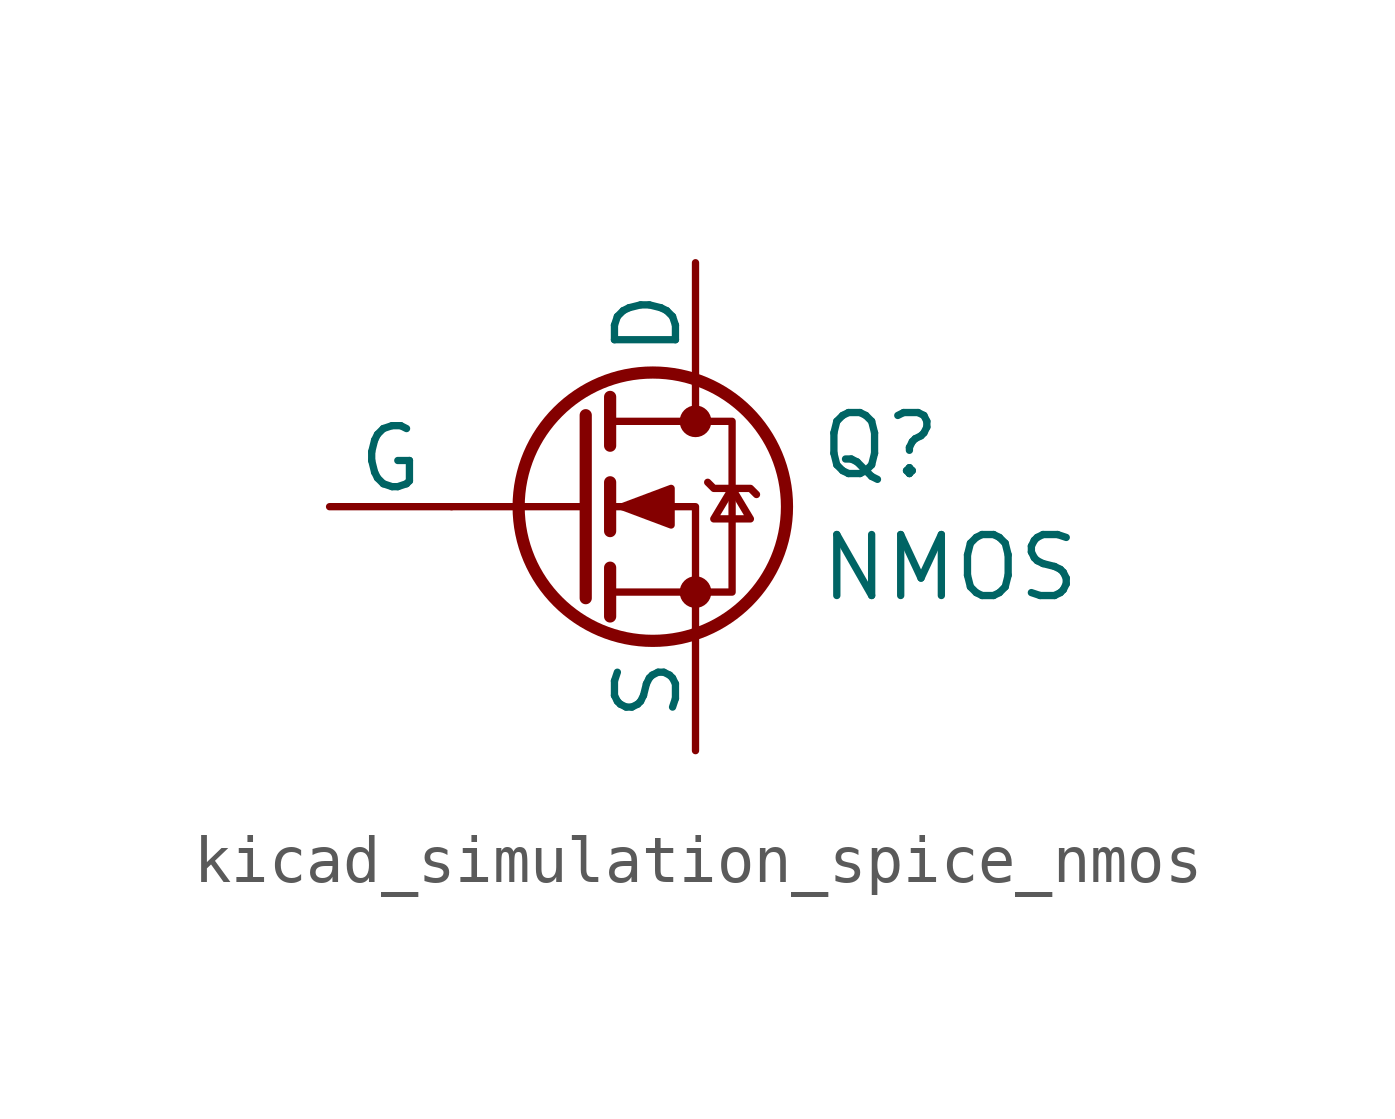
<source format=kicad_sym>
(kicad_symbol_lib
  (version 20220914)
  (generator kicad_symbol_editor)
  (symbol "kicad_simulation_spice_nmos"
    (pin_numbers hide)
    (pin_names
      (offset 0))
    (property "Reference" "Q"
      (at 5.08 1.27 0)
      (effects (font (size 1.27 1.27)) (justify left)))
    (property "Value" "NMOS"
      (at 5.08 -1.27 0)
      (effects (font (size 1.27 1.27)) (justify left)))
    (symbol "kicad_simulation_spice_nmos_0_1"
      (polyline (pts (xy 0.254 0) (xy -2.54 0)) (stroke (width 0) (type default)) (fill (type none)))
      (polyline (pts (xy 0.254 1.905) (xy 0.254 -1.905)) (stroke (width 0.254) (type default)) (fill (type none)))
      (polyline (pts (xy 0.762 -1.27) (xy 0.762 -2.286)) (stroke (width 0.254) (type default)) (fill (type none)))
      (polyline (pts (xy 0.762 0.508) (xy 0.762 -0.508)) (stroke (width 0.254) (type default)) (fill (type none)))
      (polyline (pts (xy 0.762 2.286) (xy 0.762 1.27)) (stroke (width 0.254) (type default)) (fill (type none)))
      (polyline (pts (xy 2.54 2.54) (xy 2.54 1.778)) (stroke (width 0) (type default)) (fill (type none)))
      (polyline (pts (xy 2.54 -2.54) (xy 2.54 0) (xy 0.762 0)) (stroke (width 0) (type default)) (fill (type none)))
      (polyline (pts (xy 0.762 -1.778) (xy 3.302 -1.778) (xy 3.302 1.778) (xy 0.762 1.778)) (stroke (width 0) (type default)) (fill (type none)))
      (polyline (pts (xy 1.016 0) (xy 2.032 0.381) (xy 2.032 -0.381) (xy 1.016 0)) (stroke (width 0) (type default)) (fill (type outline)))
      (polyline (pts (xy 2.794 0.508) (xy 2.921 0.381) (xy 3.683 0.381) (xy 3.81 0.254)) (stroke (width 0) (type default)) (fill (type none)))
      (polyline (pts (xy 3.302 0.381) (xy 2.921 -0.254) (xy 3.683 -0.254) (xy 3.302 0.381)) (stroke (width 0) (type default)) (fill (type none)))
      (circle (center 1.651 0) (radius 2.794) (stroke (width 0.254) (type default)) (fill (type none)))
      (circle (center 2.54 -1.778) (radius 0.254) (stroke (width 0) (type default)) (fill (type outline)))
      (circle (center 2.54 1.778) (radius 0.254) (stroke (width 0) (type default)) (fill (type outline))))
    (symbol "kicad_simulation_spice_nmos_1_1"
      (pin passive line (at 2.54 5.08 270) (length 2.54) (name "D" (effects (font (size 1.27 1.27)))) (number "1" (effects (font (size 1.27 1.27)))))
      (pin input line (at -5.08 0 0) (length 2.54) (name "G" (effects (font (size 1.27 1.27)))) (number "2" (effects (font (size 1.27 1.27)))))
      (pin passive line (at 2.54 -5.08 90) (length 2.54) (name "S" (effects (font (size 1.27 1.27)))) (number "3" (effects (font (size 1.27 1.27))))))))
</source>
